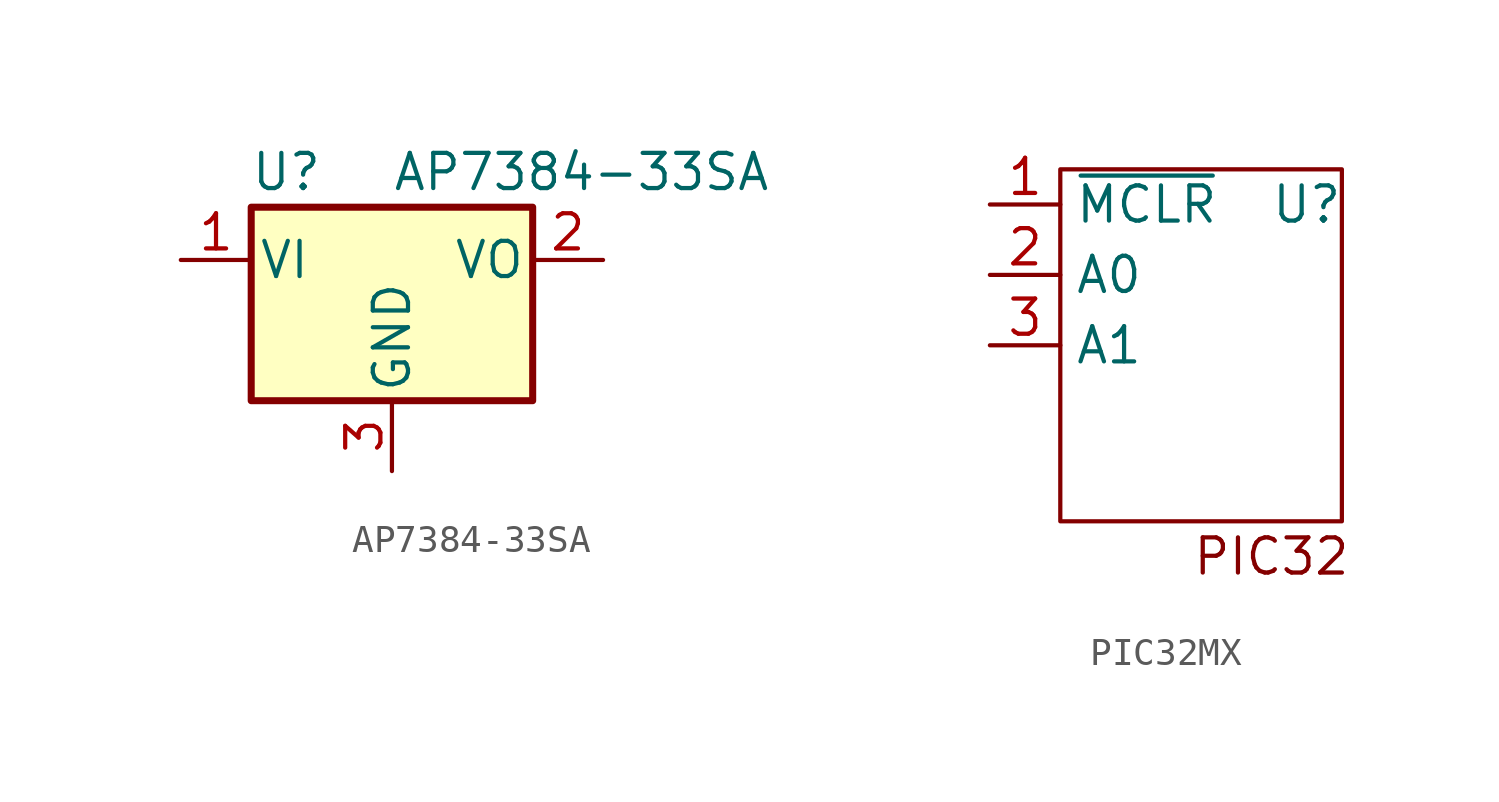
<source format=kicad_sym>
(kicad_symbol_lib
  (version 20220914)
  (generator kicad_symbol_editor)
  (symbol "AP7384-33SA"
    (pin_names
      (offset 0.254))
    (property "Reference" "U"
      (at -3.81 3.175 0)
      (effects (font (size 1.27 1.27))))
    (property "Value" "AP7384-33SA"
      (at 0 3.175 0)
      (effects (font (size 1.27 1.27)) (justify left)))
    (symbol "AP7384-33SA_0_1"
      (rectangle (start -5.08 1.905) (end 5.08 -5.08) (stroke (width 0.254) (type default)) (fill (type background))))
    (symbol "AP7384-33SA_1_1"
      (pin power_in line (at -7.62 0 0) (length 2.54) (name "VI" (effects (font (size 1.27 1.27)))) (number "1" (effects (font (size 1.27 1.27)))))
      (pin power_out line (at 7.62 0 180) (length 2.54) (name "VO" (effects (font (size 1.27 1.27)))) (number "2" (effects (font (size 1.27 1.27)))))
      (pin power_in line (at 0 -7.62 90) (length 2.54) (name "GND" (effects (font (size 1.27 1.27)))) (number "3" (effects (font (size 1.27 1.27)))))))
  (symbol "PIC32MX"
    (property "Reference" "U"
      (at 6.35 3.81 0)
      (effects (font (size 1.27 1.27))))
    (property "Value" ""
      (at 0 0 0)
      (effects (font (size 1.27 1.27))))
    (symbol "PIC32MX_0_1"
      (rectangle (start -2.54 5.08) (end 7.62 -7.62) (stroke (width 0) (type default)) (fill (type none))))
    (symbol "PIC32MX_1_1"
      (text "PIC32" (at 5.08 -8.89 0) (effects (font (size 1.27 1.27))))
      (pin input line (at -5.08 3.81 0) (length 2.54) (name "~{MCLR}" (effects (font (size 1.27 1.27)))) (number "1" (effects (font (size 1.27 1.27)))))
      (pin input line (at -5.08 1.27 0) (length 2.54) (name "A0" (effects (font (size 1.27 1.27)))) (number "2" (effects (font (size 1.27 1.27)))))
      (pin input line (at -5.08 -1.27 0) (length 2.54) (name "A1" (effects (font (size 1.27 1.27)))) (number "3" (effects (font (size 1.27 1.27))))))))
</source>
